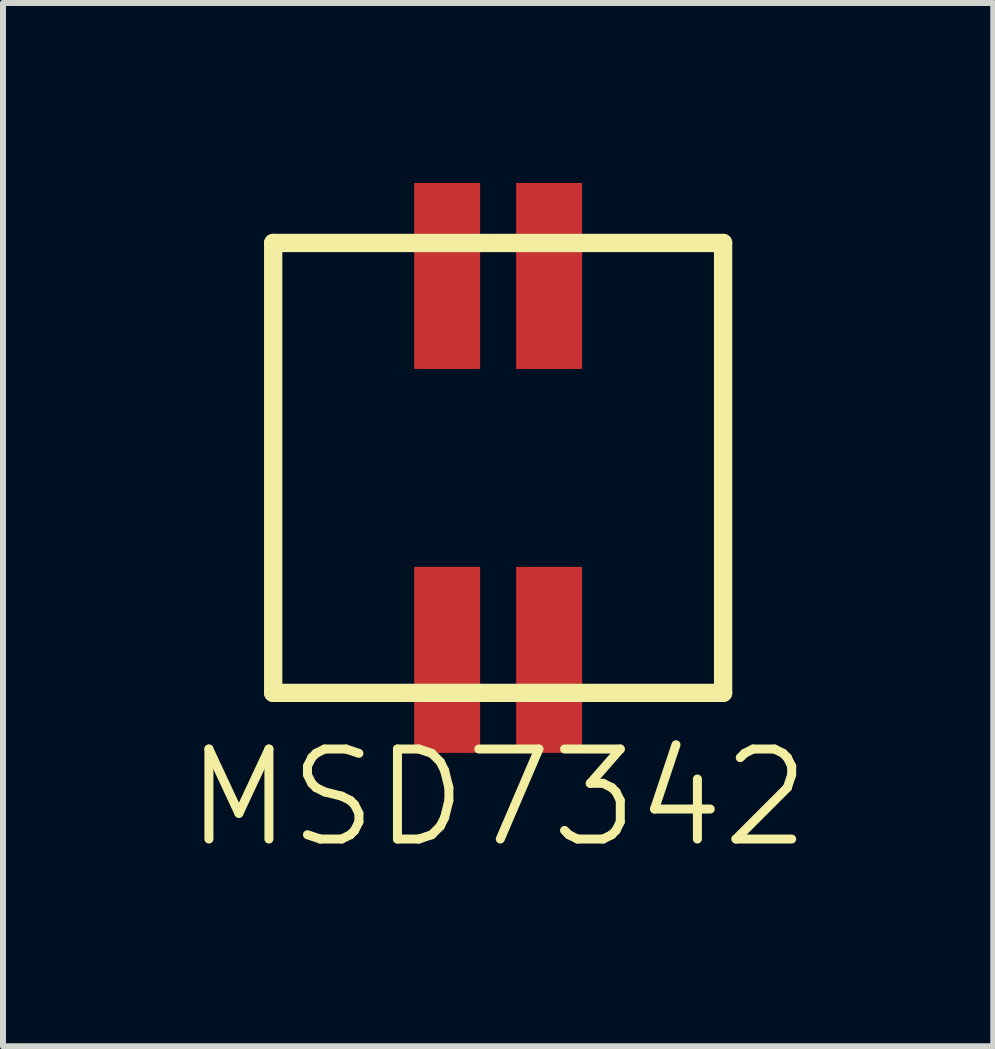
<source format=kicad_pcb>
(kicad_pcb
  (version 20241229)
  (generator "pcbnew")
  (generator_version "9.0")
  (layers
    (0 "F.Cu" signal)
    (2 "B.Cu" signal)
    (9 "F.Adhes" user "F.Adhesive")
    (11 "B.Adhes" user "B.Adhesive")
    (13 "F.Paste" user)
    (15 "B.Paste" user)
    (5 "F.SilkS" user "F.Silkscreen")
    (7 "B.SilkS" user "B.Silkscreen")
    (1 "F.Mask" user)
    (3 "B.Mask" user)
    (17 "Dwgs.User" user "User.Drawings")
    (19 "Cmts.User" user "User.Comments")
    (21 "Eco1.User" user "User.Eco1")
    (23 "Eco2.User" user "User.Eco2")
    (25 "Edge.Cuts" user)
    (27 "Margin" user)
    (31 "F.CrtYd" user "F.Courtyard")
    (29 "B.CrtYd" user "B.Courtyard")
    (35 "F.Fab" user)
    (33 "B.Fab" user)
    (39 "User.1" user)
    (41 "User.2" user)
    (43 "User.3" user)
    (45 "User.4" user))
  (footprint "MSD7342"
    (layer "F.Cu")
    (at 5.254 4.75)
    (property "Reference" "MSD7342" (at 0 5.5 0) (layer "F.SilkS") (effects (font (size 1.5 1.5) (thickness 0.15))))
    (attr through_hole)
    (fp_line (start -3.75 -3.75) (end 3.75 -3.75) (stroke (width 0.305) (type solid)) (layer "F.SilkS"))
    (fp_line (start -3.75 3.75) (end -3.75 -3.75) (stroke (width 0.305) (type solid)) (layer "F.SilkS"))
    (fp_line (start 3.75 -3.75) (end 3.75 3.75) (stroke (width 0.305) (type solid)) (layer "F.SilkS"))
    (fp_line (start 3.75 3.75) (end -3.75 3.75) (stroke (width 0.305) (type solid)) (layer "F.SilkS"))
    (pad "1" smd rect (at 0.85 -3.2) (size 1.1 3.1) (layers "F.Cu" "F.Mask" "F.Paste"))
    (pad "2" smd rect (at -0.85 -3.2) (size 1.1 3.1) (layers "F.Cu" "F.Mask" "F.Paste"))
    (pad "3" smd rect (at -0.85 3.2) (size 1.1 3.1) (layers "F.Cu" "F.Mask" "F.Paste"))
    (pad "4" smd rect (at 0.85 3.2) (size 1.1 3.1) (layers "F.Cu" "F.Mask" "F.Paste")))
  (gr_rect
    (start -3 -3)
    (end 13.507 14.391)
    (stroke (width 0.1) (type default))
    (fill no)
    (layer "Edge.Cuts")))
</source>
